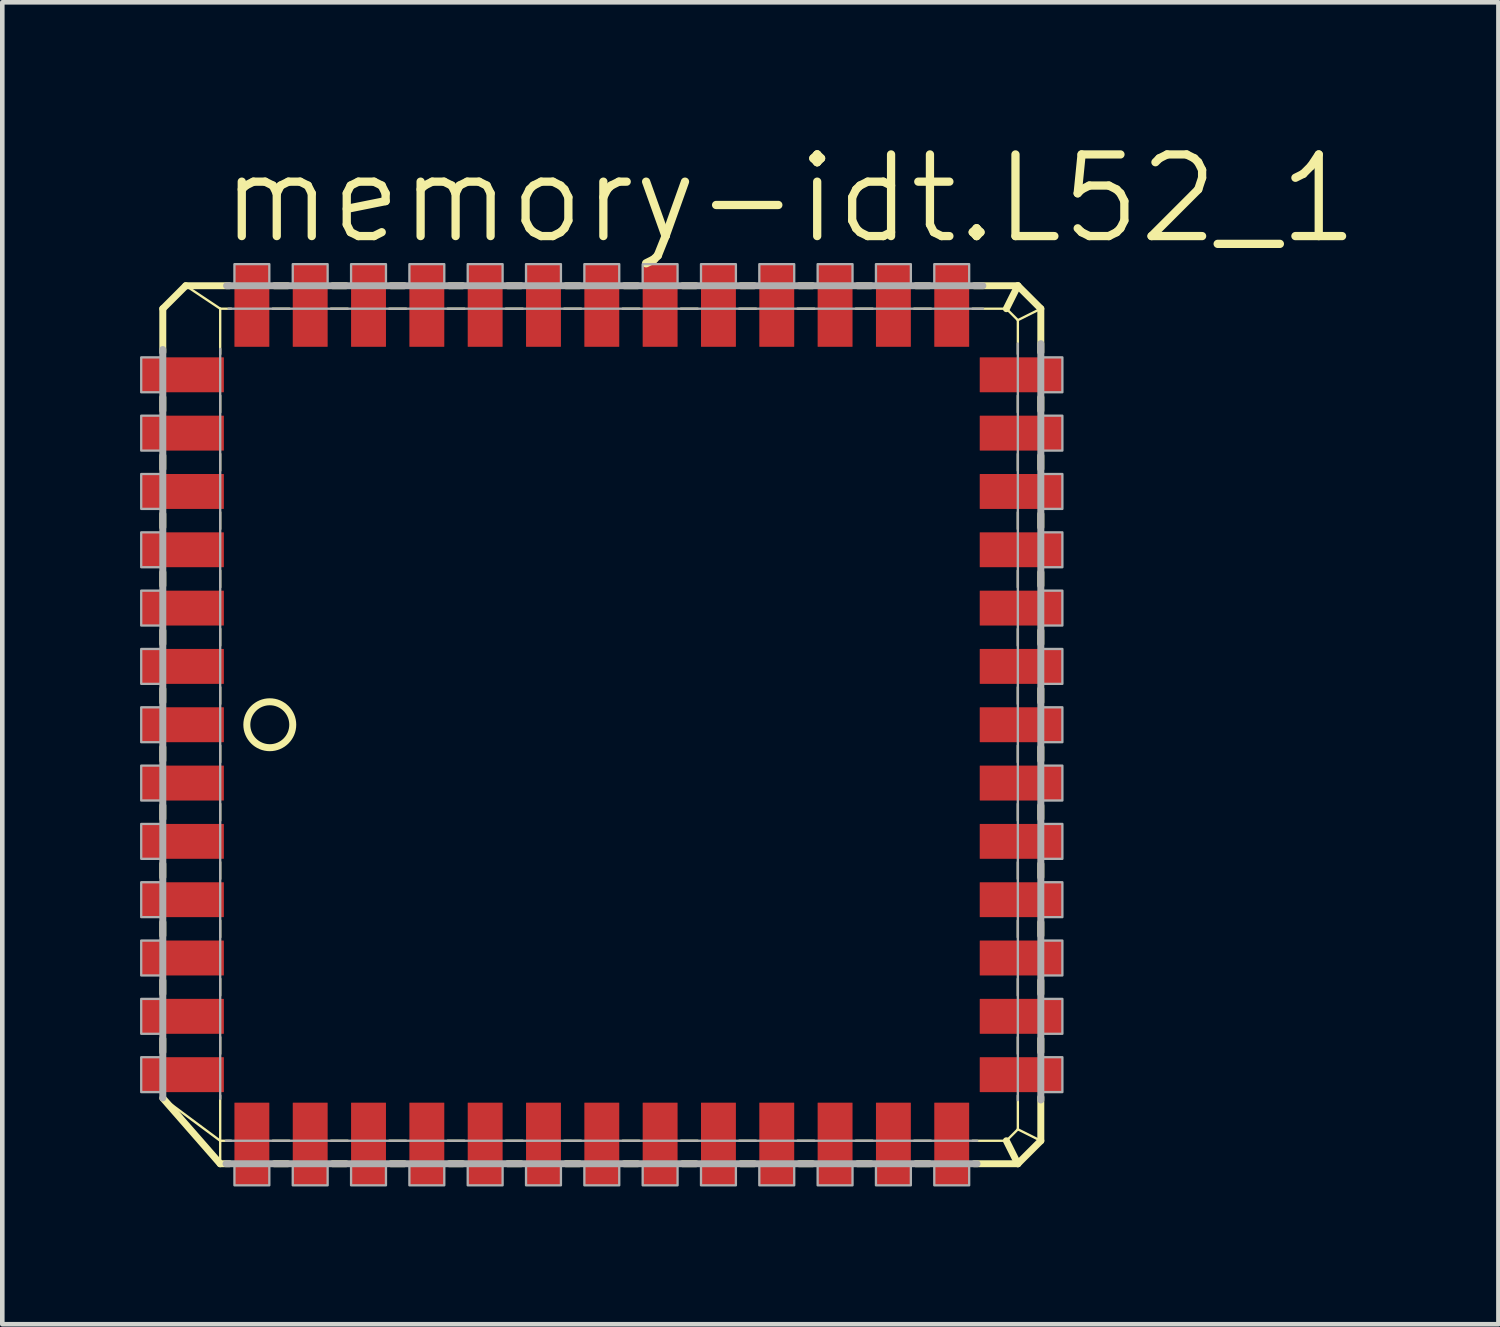
<source format=kicad_pcb>
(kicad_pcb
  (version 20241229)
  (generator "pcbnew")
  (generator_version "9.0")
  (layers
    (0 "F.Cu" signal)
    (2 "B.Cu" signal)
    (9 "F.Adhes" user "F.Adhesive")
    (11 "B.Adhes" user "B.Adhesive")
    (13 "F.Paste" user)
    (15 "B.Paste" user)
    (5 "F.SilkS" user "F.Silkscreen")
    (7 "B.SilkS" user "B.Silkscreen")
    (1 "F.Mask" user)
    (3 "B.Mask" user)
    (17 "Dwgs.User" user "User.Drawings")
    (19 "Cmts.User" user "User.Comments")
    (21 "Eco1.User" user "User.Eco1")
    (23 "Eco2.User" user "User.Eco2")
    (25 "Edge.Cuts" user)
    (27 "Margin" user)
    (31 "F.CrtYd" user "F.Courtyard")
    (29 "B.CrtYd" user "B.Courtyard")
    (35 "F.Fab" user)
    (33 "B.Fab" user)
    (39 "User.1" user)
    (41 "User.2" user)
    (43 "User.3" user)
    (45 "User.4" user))
  (footprint "memory-idt.L52_1"
    (layer "F.Cu")
    (at 10.055 12.732)
    (property "Reference" "memory-idt.L52_1" (at -8.382 -10.414 0) (layer "F.SilkS") (effects (font (size 1.778 1.778) (thickness 0.18)) (justify left bottom)))
    (attr smd)
    (fp_line (start -9.56 -9.06) (end -9.06 -9.56) (stroke (width 0.152) (type default)) (layer "F.SilkS"))
    (fp_line (start -9.56 -8.111) (end -9.56 -9.06) (stroke (width 0.152) (type default)) (layer "F.SilkS"))
    (fp_line (start -9.56 -6.841) (end -9.56 -7.129) (stroke (width 0.152) (type default)) (layer "F.SilkS"))
    (fp_line (start -9.56 -5.571) (end -9.56 -5.859) (stroke (width 0.152) (type default)) (layer "F.SilkS"))
    (fp_line (start -9.56 -4.301) (end -9.56 -4.589) (stroke (width 0.152) (type default)) (layer "F.SilkS"))
    (fp_line (start -9.56 -3.031) (end -9.56 -3.319) (stroke (width 0.152) (type default)) (layer "F.SilkS"))
    (fp_line (start -9.56 -1.761) (end -9.56 -2.049) (stroke (width 0.152) (type default)) (layer "F.SilkS"))
    (fp_line (start -9.56 -0.491) (end -9.56 -0.779) (stroke (width 0.152) (type default)) (layer "F.SilkS"))
    (fp_line (start -9.56 0.779) (end -9.56 0.491) (stroke (width 0.152) (type default)) (layer "F.SilkS"))
    (fp_line (start -9.56 2.049) (end -9.56 1.761) (stroke (width 0.152) (type default)) (layer "F.SilkS"))
    (fp_line (start -9.56 3.319) (end -9.56 3.031) (stroke (width 0.152) (type default)) (layer "F.SilkS"))
    (fp_line (start -9.56 4.589) (end -9.56 4.301) (stroke (width 0.152) (type default)) (layer "F.SilkS"))
    (fp_line (start -9.56 5.859) (end -9.56 5.571) (stroke (width 0.152) (type default)) (layer "F.SilkS"))
    (fp_line (start -9.56 7.129) (end -9.56 6.841) (stroke (width 0.152) (type default)) (layer "F.SilkS"))
    (fp_line (start -9.06 -9.56) (end -8.31 -9.06) (stroke (width 0.051) (type default)) (layer "F.SilkS"))
    (fp_line (start -9.06 -9.56) (end -8.111 -9.56) (stroke (width 0.152) (type default)) (layer "F.SilkS"))
    (fp_line (start -8.31 -9.06) (end -8.071 -9.06) (stroke (width 0.051) (type default)) (layer "F.SilkS"))
    (fp_line (start -8.31 -8.071) (end -8.31 -9.06) (stroke (width 0.051) (type default)) (layer "F.SilkS"))
    (fp_line (start -8.31 -6.801) (end -8.31 -7.169) (stroke (width 0.051) (type default)) (layer "F.SilkS"))
    (fp_line (start -8.31 -5.531) (end -8.31 -5.899) (stroke (width 0.051) (type default)) (layer "F.SilkS"))
    (fp_line (start -8.31 -4.261) (end -8.31 -4.629) (stroke (width 0.051) (type default)) (layer "F.SilkS"))
    (fp_line (start -8.31 -2.991) (end -8.31 -3.359) (stroke (width 0.051) (type default)) (layer "F.SilkS"))
    (fp_line (start -8.31 -1.721) (end -8.31 -2.089) (stroke (width 0.051) (type default)) (layer "F.SilkS"))
    (fp_line (start -8.31 -0.451) (end -8.31 -0.819) (stroke (width 0.051) (type default)) (layer "F.SilkS"))
    (fp_line (start -8.31 0.819) (end -8.31 0.451) (stroke (width 0.051) (type default)) (layer "F.SilkS"))
    (fp_line (start -8.31 2.089) (end -8.31 1.721) (stroke (width 0.051) (type default)) (layer "F.SilkS"))
    (fp_line (start -8.31 3.359) (end -8.31 2.991) (stroke (width 0.051) (type default)) (layer "F.SilkS"))
    (fp_line (start -8.31 4.629) (end -8.31 4.261) (stroke (width 0.051) (type default)) (layer "F.SilkS"))
    (fp_line (start -8.31 5.899) (end -8.31 5.531) (stroke (width 0.051) (type default)) (layer "F.SilkS"))
    (fp_line (start -8.31 7.169) (end -8.31 6.801) (stroke (width 0.051) (type default)) (layer "F.SilkS"))
    (fp_line (start -8.31 9.06) (end -9.545 8.142) (stroke (width 0.051) (type default)) (layer "F.SilkS"))
    (fp_line (start -8.31 9.06) (end -8.31 8.071) (stroke (width 0.051) (type default)) (layer "F.SilkS"))
    (fp_line (start -8.31 9.56) (end -9.56 8.131) (stroke (width 0.152) (type default)) (layer "F.SilkS"))
    (fp_line (start -8.31 9.56) (end -8.31 9.06) (stroke (width 0.051) (type default)) (layer "F.SilkS"))
    (fp_line (start -8.111 9.56) (end -8.31 9.56) (stroke (width 0.152) (type default)) (layer "F.SilkS"))
    (fp_line (start -8.071 9.06) (end -8.31 9.06) (stroke (width 0.051) (type default)) (layer "F.SilkS"))
    (fp_line (start -7.169 -9.06) (end -6.801 -9.06) (stroke (width 0.051) (type default)) (layer "F.SilkS"))
    (fp_line (start -7.129 -9.56) (end -6.841 -9.56) (stroke (width 0.152) (type default)) (layer "F.SilkS"))
    (fp_line (start -6.841 9.56) (end -7.129 9.56) (stroke (width 0.152) (type default)) (layer "F.SilkS"))
    (fp_line (start -6.801 9.06) (end -7.169 9.06) (stroke (width 0.051) (type default)) (layer "F.SilkS"))
    (fp_line (start -5.899 -9.06) (end -5.531 -9.06) (stroke (width 0.051) (type default)) (layer "F.SilkS"))
    (fp_line (start -5.859 -9.56) (end -5.571 -9.56) (stroke (width 0.152) (type default)) (layer "F.SilkS"))
    (fp_line (start -5.571 9.56) (end -5.859 9.56) (stroke (width 0.152) (type default)) (layer "F.SilkS"))
    (fp_line (start -5.531 9.06) (end -5.899 9.06) (stroke (width 0.051) (type default)) (layer "F.SilkS"))
    (fp_line (start -4.629 -9.06) (end -4.261 -9.06) (stroke (width 0.051) (type default)) (layer "F.SilkS"))
    (fp_line (start -4.589 -9.56) (end -4.301 -9.56) (stroke (width 0.152) (type default)) (layer "F.SilkS"))
    (fp_line (start -4.301 9.56) (end -4.589 9.56) (stroke (width 0.152) (type default)) (layer "F.SilkS"))
    (fp_line (start -4.261 9.06) (end -4.629 9.06) (stroke (width 0.051) (type default)) (layer "F.SilkS"))
    (fp_line (start -3.359 -9.06) (end -2.991 -9.06) (stroke (width 0.051) (type default)) (layer "F.SilkS"))
    (fp_line (start -3.319 -9.56) (end -3.031 -9.56) (stroke (width 0.152) (type default)) (layer "F.SilkS"))
    (fp_line (start -3.031 9.56) (end -3.319 9.56) (stroke (width 0.152) (type default)) (layer "F.SilkS"))
    (fp_line (start -2.991 9.06) (end -3.359 9.06) (stroke (width 0.051) (type default)) (layer "F.SilkS"))
    (fp_line (start -2.089 -9.06) (end -1.721 -9.06) (stroke (width 0.051) (type default)) (layer "F.SilkS"))
    (fp_line (start -2.049 -9.56) (end -1.761 -9.56) (stroke (width 0.152) (type default)) (layer "F.SilkS"))
    (fp_line (start -1.761 9.56) (end -2.049 9.56) (stroke (width 0.152) (type default)) (layer "F.SilkS"))
    (fp_line (start -1.721 9.06) (end -2.089 9.06) (stroke (width 0.051) (type default)) (layer "F.SilkS"))
    (fp_line (start -0.819 -9.06) (end -0.451 -9.06) (stroke (width 0.051) (type default)) (layer "F.SilkS"))
    (fp_line (start -0.779 -9.56) (end -0.491 -9.56) (stroke (width 0.152) (type default)) (layer "F.SilkS"))
    (fp_line (start -0.491 9.56) (end -0.779 9.56) (stroke (width 0.152) (type default)) (layer "F.SilkS"))
    (fp_line (start -0.451 9.06) (end -0.819 9.06) (stroke (width 0.051) (type default)) (layer "F.SilkS"))
    (fp_line (start 0.451 -9.06) (end 0.819 -9.06) (stroke (width 0.051) (type default)) (layer "F.SilkS"))
    (fp_line (start 0.491 -9.56) (end 0.779 -9.56) (stroke (width 0.152) (type default)) (layer "F.SilkS"))
    (fp_line (start 0.779 9.56) (end 0.491 9.56) (stroke (width 0.152) (type default)) (layer "F.SilkS"))
    (fp_line (start 0.819 9.06) (end 0.451 9.06) (stroke (width 0.051) (type default)) (layer "F.SilkS"))
    (fp_line (start 1.721 -9.06) (end 2.089 -9.06) (stroke (width 0.051) (type default)) (layer "F.SilkS"))
    (fp_line (start 1.761 -9.56) (end 2.049 -9.56) (stroke (width 0.152) (type default)) (layer "F.SilkS"))
    (fp_line (start 2.049 9.56) (end 1.761 9.56) (stroke (width 0.152) (type default)) (layer "F.SilkS"))
    (fp_line (start 2.089 9.06) (end 1.721 9.06) (stroke (width 0.051) (type default)) (layer "F.SilkS"))
    (fp_line (start 2.991 -9.06) (end 3.359 -9.06) (stroke (width 0.051) (type default)) (layer "F.SilkS"))
    (fp_line (start 3.031 -9.56) (end 3.319 -9.56) (stroke (width 0.152) (type default)) (layer "F.SilkS"))
    (fp_line (start 3.319 9.56) (end 3.031 9.56) (stroke (width 0.152) (type default)) (layer "F.SilkS"))
    (fp_line (start 3.359 9.06) (end 2.991 9.06) (stroke (width 0.051) (type default)) (layer "F.SilkS"))
    (fp_line (start 4.261 -9.06) (end 4.629 -9.06) (stroke (width 0.051) (type default)) (layer "F.SilkS"))
    (fp_line (start 4.301 -9.56) (end 4.589 -9.56) (stroke (width 0.152) (type default)) (layer "F.SilkS"))
    (fp_line (start 4.589 9.56) (end 4.301 9.56) (stroke (width 0.152) (type default)) (layer "F.SilkS"))
    (fp_line (start 4.629 9.06) (end 4.261 9.06) (stroke (width 0.051) (type default)) (layer "F.SilkS"))
    (fp_line (start 5.531 -9.06) (end 5.899 -9.06) (stroke (width 0.051) (type default)) (layer "F.SilkS"))
    (fp_line (start 5.571 -9.56) (end 5.859 -9.56) (stroke (width 0.152) (type default)) (layer "F.SilkS"))
    (fp_line (start 5.859 9.56) (end 5.571 9.56) (stroke (width 0.152) (type default)) (layer "F.SilkS"))
    (fp_line (start 5.899 9.06) (end 5.531 9.06) (stroke (width 0.051) (type default)) (layer "F.SilkS"))
    (fp_line (start 6.801 -9.06) (end 7.169 -9.06) (stroke (width 0.051) (type default)) (layer "F.SilkS"))
    (fp_line (start 6.841 -9.56) (end 7.129 -9.56) (stroke (width 0.152) (type default)) (layer "F.SilkS"))
    (fp_line (start 7.129 9.56) (end 6.841 9.56) (stroke (width 0.152) (type default)) (layer "F.SilkS"))
    (fp_line (start 7.169 9.06) (end 6.801 9.06) (stroke (width 0.051) (type default)) (layer "F.SilkS"))
    (fp_line (start 8.071 -9.06) (end 8.81 -9.06) (stroke (width 0.051) (type default)) (layer "F.SilkS"))
    (fp_line (start 8.111 -9.56) (end 9.06 -9.56) (stroke (width 0.152) (type default)) (layer "F.SilkS"))
    (fp_line (start 8.81 -9.06) (end 9.06 -9.56) (stroke (width 0.152) (type default)) (layer "F.SilkS"))
    (fp_line (start 8.81 -9.06) (end 9.06 -8.81) (stroke (width 0.051) (type default)) (layer "F.SilkS"))
    (fp_line (start 8.81 9.06) (end 8.071 9.06) (stroke (width 0.051) (type default)) (layer "F.SilkS"))
    (fp_line (start 9.06 -9.56) (end 9.56 -9.06) (stroke (width 0.152) (type default)) (layer "F.SilkS"))
    (fp_line (start 9.06 -8.81) (end 9.06 -8.071) (stroke (width 0.051) (type default)) (layer "F.SilkS"))
    (fp_line (start 9.06 -8.81) (end 9.56 -9.06) (stroke (width 0.051) (type default)) (layer "F.SilkS"))
    (fp_line (start 9.06 -7.169) (end 9.06 -6.801) (stroke (width 0.051) (type default)) (layer "F.SilkS"))
    (fp_line (start 9.06 -5.899) (end 9.06 -5.531) (stroke (width 0.051) (type default)) (layer "F.SilkS"))
    (fp_line (start 9.06 -4.629) (end 9.06 -4.261) (stroke (width 0.051) (type default)) (layer "F.SilkS"))
    (fp_line (start 9.06 -3.359) (end 9.06 -2.991) (stroke (width 0.051) (type default)) (layer "F.SilkS"))
    (fp_line (start 9.06 -2.089) (end 9.06 -1.721) (stroke (width 0.051) (type default)) (layer "F.SilkS"))
    (fp_line (start 9.06 -0.819) (end 9.06 -0.451) (stroke (width 0.051) (type default)) (layer "F.SilkS"))
    (fp_line (start 9.06 0.451) (end 9.06 0.819) (stroke (width 0.051) (type default)) (layer "F.SilkS"))
    (fp_line (start 9.06 1.721) (end 9.06 2.089) (stroke (width 0.051) (type default)) (layer "F.SilkS"))
    (fp_line (start 9.06 2.991) (end 9.06 3.359) (stroke (width 0.051) (type default)) (layer "F.SilkS"))
    (fp_line (start 9.06 4.261) (end 9.06 4.629) (stroke (width 0.051) (type default)) (layer "F.SilkS"))
    (fp_line (start 9.06 5.531) (end 9.06 5.899) (stroke (width 0.051) (type default)) (layer "F.SilkS"))
    (fp_line (start 9.06 6.801) (end 9.06 7.169) (stroke (width 0.051) (type default)) (layer "F.SilkS"))
    (fp_line (start 9.06 8.071) (end 9.06 8.81) (stroke (width 0.051) (type default)) (layer "F.SilkS"))
    (fp_line (start 9.06 8.81) (end 8.81 9.06) (stroke (width 0.051) (type default)) (layer "F.SilkS"))
    (fp_line (start 9.06 9.56) (end 8.111 9.56) (stroke (width 0.152) (type default)) (layer "F.SilkS"))
    (fp_line (start 9.06 9.56) (end 8.81 9.06) (stroke (width 0.152) (type default)) (layer "F.SilkS"))
    (fp_line (start 9.56 -9.06) (end 9.56 -8.111) (stroke (width 0.152) (type default)) (layer "F.SilkS"))
    (fp_line (start 9.56 -7.129) (end 9.56 -6.841) (stroke (width 0.152) (type default)) (layer "F.SilkS"))
    (fp_line (start 9.56 -5.859) (end 9.56 -5.571) (stroke (width 0.152) (type default)) (layer "F.SilkS"))
    (fp_line (start 9.56 -4.589) (end 9.56 -4.301) (stroke (width 0.152) (type default)) (layer "F.SilkS"))
    (fp_line (start 9.56 -3.319) (end 9.56 -3.031) (stroke (width 0.152) (type default)) (layer "F.SilkS"))
    (fp_line (start 9.56 -2.049) (end 9.56 -1.761) (stroke (width 0.152) (type default)) (layer "F.SilkS"))
    (fp_line (start 9.56 -0.779) (end 9.56 -0.491) (stroke (width 0.152) (type default)) (layer "F.SilkS"))
    (fp_line (start 9.56 0.491) (end 9.56 0.779) (stroke (width 0.152) (type default)) (layer "F.SilkS"))
    (fp_line (start 9.56 1.761) (end 9.56 2.049) (stroke (width 0.152) (type default)) (layer "F.SilkS"))
    (fp_line (start 9.56 3.031) (end 9.56 3.319) (stroke (width 0.152) (type default)) (layer "F.SilkS"))
    (fp_line (start 9.56 4.301) (end 9.56 4.589) (stroke (width 0.152) (type default)) (layer "F.SilkS"))
    (fp_line (start 9.56 5.571) (end 9.56 5.859) (stroke (width 0.152) (type default)) (layer "F.SilkS"))
    (fp_line (start 9.56 6.841) (end 9.56 7.129) (stroke (width 0.152) (type default)) (layer "F.SilkS"))
    (fp_line (start 9.56 8.111) (end 9.56 9.06) (stroke (width 0.152) (type default)) (layer "F.SilkS"))
    (fp_line (start 9.56 9.06) (end 9.06 8.81) (stroke (width 0.051) (type default)) (layer "F.SilkS"))
    (fp_line (start 9.56 9.06) (end 9.06 9.56) (stroke (width 0.152) (type default)) (layer "F.SilkS"))
    (fp_circle (center -7.23 0) (end -6.73 0) (stroke (width 0.152) (type default)) (fill no) (layer "F.SilkS"))
    (fp_line (start -9.56 8.127) (end -9.56 -8.171) (stroke (width 0.152) (type default)) (layer "F.Fab"))
    (fp_line (start -8.31 8.145) (end -8.31 -8.185) (stroke (width 0.051) (type default)) (layer "F.Fab"))
    (fp_line (start -8.171 -9.56) (end 8.298 -9.56) (stroke (width 0.152) (type default)) (layer "F.Fab"))
    (fp_line (start -8.129 -9.06) (end 8.302 -9.06) (stroke (width 0.051) (type default)) (layer "F.Fab"))
    (fp_line (start 8.171 9.56) (end -8.183 9.56) (stroke (width 0.152) (type default)) (layer "F.Fab"))
    (fp_line (start 8.175 9.06) (end -8.186 9.06) (stroke (width 0.051) (type default)) (layer "F.Fab"))
    (fp_line (start 9.06 -8.302) (end 9.06 8.175) (stroke (width 0.051) (type default)) (layer "F.Fab"))
    (fp_line (start 9.56 -8.298) (end 9.56 8.171) (stroke (width 0.152) (type default)) (layer "F.Fab"))
    (fp_rect (start -10.03 -7.24) (end -9.56 -8) (stroke (width 0.05) (type default)) (fill no) (layer "F.Fab"))
    (fp_rect (start -10.03 -5.97) (end -9.56 -6.73) (stroke (width 0.05) (type default)) (fill no) (layer "F.Fab"))
    (fp_rect (start -10.03 -4.7) (end -9.56 -5.46) (stroke (width 0.05) (type default)) (fill no) (layer "F.Fab"))
    (fp_rect (start -10.03 -3.43) (end -9.56 -4.19) (stroke (width 0.05) (type default)) (fill no) (layer "F.Fab"))
    (fp_rect (start -10.03 -2.16) (end -9.56 -2.92) (stroke (width 0.05) (type default)) (fill no) (layer "F.Fab"))
    (fp_rect (start -10.03 -0.89) (end -9.56 -1.65) (stroke (width 0.05) (type default)) (fill no) (layer "F.Fab"))
    (fp_rect (start -10.03 0.38) (end -9.56 -0.38) (stroke (width 0.05) (type default)) (fill no) (layer "F.Fab"))
    (fp_rect (start -10.03 1.65) (end -9.56 0.89) (stroke (width 0.05) (type default)) (fill no) (layer "F.Fab"))
    (fp_rect (start -10.03 2.92) (end -9.56 2.16) (stroke (width 0.05) (type default)) (fill no) (layer "F.Fab"))
    (fp_rect (start -10.03 4.19) (end -9.56 3.43) (stroke (width 0.05) (type default)) (fill no) (layer "F.Fab"))
    (fp_rect (start -10.03 5.46) (end -9.56 4.7) (stroke (width 0.05) (type default)) (fill no) (layer "F.Fab"))
    (fp_rect (start -10.03 6.73) (end -9.56 5.97) (stroke (width 0.05) (type default)) (fill no) (layer "F.Fab"))
    (fp_rect (start -10.03 8) (end -9.56 7.24) (stroke (width 0.05) (type default)) (fill no) (layer "F.Fab"))
    (fp_rect (start -8 -9.56) (end -7.24 -10.03) (stroke (width 0.05) (type default)) (fill no) (layer "F.Fab"))
    (fp_rect (start -8 10.03) (end -7.24 9.56) (stroke (width 0.05) (type default)) (fill no) (layer "F.Fab"))
    (fp_rect (start -6.73 -9.56) (end -5.97 -10.03) (stroke (width 0.05) (type default)) (fill no) (layer "F.Fab"))
    (fp_rect (start -6.73 10.03) (end -5.97 9.56) (stroke (width 0.05) (type default)) (fill no) (layer "F.Fab"))
    (fp_rect (start -5.46 -9.56) (end -4.7 -10.03) (stroke (width 0.05) (type default)) (fill no) (layer "F.Fab"))
    (fp_rect (start -5.46 10.03) (end -4.7 9.56) (stroke (width 0.05) (type default)) (fill no) (layer "F.Fab"))
    (fp_rect (start -4.19 -9.56) (end -3.43 -10.03) (stroke (width 0.05) (type default)) (fill no) (layer "F.Fab"))
    (fp_rect (start -4.19 10.03) (end -3.43 9.56) (stroke (width 0.05) (type default)) (fill no) (layer "F.Fab"))
    (fp_rect (start -2.92 -9.56) (end -2.16 -10.03) (stroke (width 0.05) (type default)) (fill no) (layer "F.Fab"))
    (fp_rect (start -2.92 10.03) (end -2.16 9.56) (stroke (width 0.05) (type default)) (fill no) (layer "F.Fab"))
    (fp_rect (start -1.65 -9.56) (end -0.89 -10.03) (stroke (width 0.05) (type default)) (fill no) (layer "F.Fab"))
    (fp_rect (start -1.65 10.03) (end -0.89 9.56) (stroke (width 0.05) (type default)) (fill no) (layer "F.Fab"))
    (fp_rect (start -0.38 -9.56) (end 0.38 -10.03) (stroke (width 0.05) (type default)) (fill no) (layer "F.Fab"))
    (fp_rect (start -0.38 10.03) (end 0.38 9.56) (stroke (width 0.05) (type default)) (fill no) (layer "F.Fab"))
    (fp_rect (start 0.89 -9.56) (end 1.65 -10.03) (stroke (width 0.05) (type default)) (fill no) (layer "F.Fab"))
    (fp_rect (start 0.89 10.03) (end 1.65 9.56) (stroke (width 0.05) (type default)) (fill no) (layer "F.Fab"))
    (fp_rect (start 2.16 -9.56) (end 2.92 -10.03) (stroke (width 0.05) (type default)) (fill no) (layer "F.Fab"))
    (fp_rect (start 2.16 10.03) (end 2.92 9.56) (stroke (width 0.05) (type default)) (fill no) (layer "F.Fab"))
    (fp_rect (start 3.43 -9.56) (end 4.19 -10.03) (stroke (width 0.05) (type default)) (fill no) (layer "F.Fab"))
    (fp_rect (start 3.43 10.03) (end 4.19 9.56) (stroke (width 0.05) (type default)) (fill no) (layer "F.Fab"))
    (fp_rect (start 4.7 -9.56) (end 5.46 -10.03) (stroke (width 0.05) (type default)) (fill no) (layer "F.Fab"))
    (fp_rect (start 4.7 10.03) (end 5.46 9.56) (stroke (width 0.05) (type default)) (fill no) (layer "F.Fab"))
    (fp_rect (start 5.97 -9.56) (end 6.73 -10.03) (stroke (width 0.05) (type default)) (fill no) (layer "F.Fab"))
    (fp_rect (start 5.97 10.03) (end 6.73 9.56) (stroke (width 0.05) (type default)) (fill no) (layer "F.Fab"))
    (fp_rect (start 7.24 -9.56) (end 8 -10.03) (stroke (width 0.05) (type default)) (fill no) (layer "F.Fab"))
    (fp_rect (start 7.24 10.03) (end 8 9.56) (stroke (width 0.05) (type default)) (fill no) (layer "F.Fab"))
    (fp_rect (start 9.56 -7.24) (end 10.03 -8) (stroke (width 0.05) (type default)) (fill no) (layer "F.Fab"))
    (fp_rect (start 9.56 -5.97) (end 10.03 -6.73) (stroke (width 0.05) (type default)) (fill no) (layer "F.Fab"))
    (fp_rect (start 9.56 -4.7) (end 10.03 -5.46) (stroke (width 0.05) (type default)) (fill no) (layer "F.Fab"))
    (fp_rect (start 9.56 -3.43) (end 10.03 -4.19) (stroke (width 0.05) (type default)) (fill no) (layer "F.Fab"))
    (fp_rect (start 9.56 -2.16) (end 10.03 -2.92) (stroke (width 0.05) (type default)) (fill no) (layer "F.Fab"))
    (fp_rect (start 9.56 -0.89) (end 10.03 -1.65) (stroke (width 0.05) (type default)) (fill no) (layer "F.Fab"))
    (fp_rect (start 9.56 0.38) (end 10.03 -0.38) (stroke (width 0.05) (type default)) (fill no) (layer "F.Fab"))
    (fp_rect (start 9.56 1.65) (end 10.03 0.89) (stroke (width 0.05) (type default)) (fill no) (layer "F.Fab"))
    (fp_rect (start 9.56 2.92) (end 10.03 2.16) (stroke (width 0.05) (type default)) (fill no) (layer "F.Fab"))
    (fp_rect (start 9.56 4.19) (end 10.03 3.43) (stroke (width 0.05) (type default)) (fill no) (layer "F.Fab"))
    (fp_rect (start 9.56 5.46) (end 10.03 4.7) (stroke (width 0.05) (type default)) (fill no) (layer "F.Fab"))
    (fp_rect (start 9.56 6.73) (end 10.03 5.97) (stroke (width 0.05) (type default)) (fill no) (layer "F.Fab"))
    (fp_rect (start 9.56 8) (end 10.03 7.24) (stroke (width 0.05) (type default)) (fill no) (layer "F.Fab"))
    (pad "1" smd roundrect (at -9.13 0) (size 1.8 0.76) (layers "F.Cu" "F.Mask" "F.Paste") (roundrect_rratio 0.01))
    (pad "2" smd roundrect (at -9.13 1.27) (size 1.8 0.76) (layers "F.Cu" "F.Mask" "F.Paste") (roundrect_rratio 0.01))
    (pad "3" smd roundrect (at -9.13 2.54) (size 1.8 0.76) (layers "F.Cu" "F.Mask" "F.Paste") (roundrect_rratio 0.01))
    (pad "4" smd roundrect (at -9.13 3.81) (size 1.8 0.76) (layers "F.Cu" "F.Mask" "F.Paste") (roundrect_rratio 0.01))
    (pad "5" smd roundrect (at -9.13 5.08) (size 1.8 0.76) (layers "F.Cu" "F.Mask" "F.Paste") (roundrect_rratio 0.01))
    (pad "6" smd roundrect (at -9.13 6.35) (size 1.8 0.76) (layers "F.Cu" "F.Mask" "F.Paste") (roundrect_rratio 0.01))
    (pad "7" smd roundrect (at -9.13 7.62) (size 1.8 0.76) (layers "F.Cu" "F.Mask" "F.Paste") (roundrect_rratio 0.01))
    (pad "8" smd roundrect (at -7.62 9.13) (size 0.76 1.8) (layers "F.Cu" "F.Mask" "F.Paste") (roundrect_rratio 0.01))
    (pad "9" smd roundrect (at -6.35 9.13) (size 0.76 1.8) (layers "F.Cu" "F.Mask" "F.Paste") (roundrect_rratio 0.01))
    (pad "10" smd roundrect (at -5.08 9.13) (size 0.76 1.8) (layers "F.Cu" "F.Mask" "F.Paste") (roundrect_rratio 0.01))
    (pad "11" smd roundrect (at -3.81 9.13) (size 0.76 1.8) (layers "F.Cu" "F.Mask" "F.Paste") (roundrect_rratio 0.01))
    (pad "12" smd roundrect (at -2.54 9.13) (size 0.76 1.8) (layers "F.Cu" "F.Mask" "F.Paste") (roundrect_rratio 0.01))
    (pad "13" smd roundrect (at -1.27 9.13) (size 0.76 1.8) (layers "F.Cu" "F.Mask" "F.Paste") (roundrect_rratio 0.01))
    (pad "14" smd roundrect (at 0 9.13) (size 0.76 1.8) (layers "F.Cu" "F.Mask" "F.Paste") (roundrect_rratio 0.01))
    (pad "15" smd roundrect (at 1.27 9.13) (size 0.76 1.8) (layers "F.Cu" "F.Mask" "F.Paste") (roundrect_rratio 0.01))
    (pad "16" smd roundrect (at 2.54 9.13) (size 0.76 1.8) (layers "F.Cu" "F.Mask" "F.Paste") (roundrect_rratio 0.01))
    (pad "17" smd roundrect (at 3.81 9.13) (size 0.76 1.8) (layers "F.Cu" "F.Mask" "F.Paste") (roundrect_rratio 0.01))
    (pad "18" smd roundrect (at 5.08 9.13) (size 0.76 1.8) (layers "F.Cu" "F.Mask" "F.Paste") (roundrect_rratio 0.01))
    (pad "19" smd roundrect (at 6.35 9.13) (size 0.76 1.8) (layers "F.Cu" "F.Mask" "F.Paste") (roundrect_rratio 0.01))
    (pad "20" smd roundrect (at 7.62 9.13) (size 0.76 1.8) (layers "F.Cu" "F.Mask" "F.Paste") (roundrect_rratio 0.01))
    (pad "21" smd roundrect (at 9.13 7.62) (size 1.8 0.76) (layers "F.Cu" "F.Mask" "F.Paste") (roundrect_rratio 0.01))
    (pad "22" smd roundrect (at 9.13 6.35) (size 1.8 0.76) (layers "F.Cu" "F.Mask" "F.Paste") (roundrect_rratio 0.01))
    (pad "23" smd roundrect (at 9.13 5.08) (size 1.8 0.76) (layers "F.Cu" "F.Mask" "F.Paste") (roundrect_rratio 0.01))
    (pad "24" smd roundrect (at 9.13 3.81) (size 1.8 0.76) (layers "F.Cu" "F.Mask" "F.Paste") (roundrect_rratio 0.01))
    (pad "25" smd roundrect (at 9.13 2.54) (size 1.8 0.76) (layers "F.Cu" "F.Mask" "F.Paste") (roundrect_rratio 0.01))
    (pad "26" smd roundrect (at 9.13 1.27) (size 1.8 0.76) (layers "F.Cu" "F.Mask" "F.Paste") (roundrect_rratio 0.01))
    (pad "27" smd roundrect (at 9.13 0) (size 1.8 0.76) (layers "F.Cu" "F.Mask" "F.Paste") (roundrect_rratio 0.01))
    (pad "28" smd roundrect (at 9.13 -1.27) (size 1.8 0.76) (layers "F.Cu" "F.Mask" "F.Paste") (roundrect_rratio 0.01))
    (pad "29" smd roundrect (at 9.13 -2.54) (size 1.8 0.76) (layers "F.Cu" "F.Mask" "F.Paste") (roundrect_rratio 0.01))
    (pad "30" smd roundrect (at 9.13 -3.81) (size 1.8 0.76) (layers "F.Cu" "F.Mask" "F.Paste") (roundrect_rratio 0.01))
    (pad "31" smd roundrect (at 9.13 -5.08) (size 1.8 0.76) (layers "F.Cu" "F.Mask" "F.Paste") (roundrect_rratio 0.01))
    (pad "32" smd roundrect (at 9.13 -6.35) (size 1.8 0.76) (layers "F.Cu" "F.Mask" "F.Paste") (roundrect_rratio 0.01))
    (pad "33" smd roundrect (at 9.13 -7.62) (size 1.8 0.76) (layers "F.Cu" "F.Mask" "F.Paste") (roundrect_rratio 0.01))
    (pad "34" smd roundrect (at 7.62 -9.13) (size 0.76 1.8) (layers "F.Cu" "F.Mask" "F.Paste") (roundrect_rratio 0.01))
    (pad "35" smd roundrect (at 6.35 -9.13) (size 0.76 1.8) (layers "F.Cu" "F.Mask" "F.Paste") (roundrect_rratio 0.01))
    (pad "36" smd roundrect (at 5.08 -9.13) (size 0.76 1.8) (layers "F.Cu" "F.Mask" "F.Paste") (roundrect_rratio 0.01))
    (pad "37" smd roundrect (at 3.81 -9.13) (size 0.76 1.8) (layers "F.Cu" "F.Mask" "F.Paste") (roundrect_rratio 0.01))
    (pad "38" smd roundrect (at 2.54 -9.13) (size 0.76 1.8) (layers "F.Cu" "F.Mask" "F.Paste") (roundrect_rratio 0.01))
    (pad "39" smd roundrect (at 1.27 -9.13) (size 0.76 1.8) (layers "F.Cu" "F.Mask" "F.Paste") (roundrect_rratio 0.01))
    (pad "40" smd roundrect (at 0 -9.13) (size 0.76 1.8) (layers "F.Cu" "F.Mask" "F.Paste") (roundrect_rratio 0.01))
    (pad "41" smd roundrect (at -1.27 -9.13) (size 0.76 1.8) (layers "F.Cu" "F.Mask" "F.Paste") (roundrect_rratio 0.01))
    (pad "42" smd roundrect (at -2.54 -9.13) (size 0.76 1.8) (layers "F.Cu" "F.Mask" "F.Paste") (roundrect_rratio 0.01))
    (pad "43" smd roundrect (at -3.81 -9.13) (size 0.76 1.8) (layers "F.Cu" "F.Mask" "F.Paste") (roundrect_rratio 0.01))
    (pad "44" smd roundrect (at -5.08 -9.13) (size 0.76 1.8) (layers "F.Cu" "F.Mask" "F.Paste") (roundrect_rratio 0.01))
    (pad "45" smd roundrect (at -6.35 -9.13) (size 0.76 1.8) (layers "F.Cu" "F.Mask" "F.Paste") (roundrect_rratio 0.01))
    (pad "46" smd roundrect (at -7.62 -9.13) (size 0.76 1.8) (layers "F.Cu" "F.Mask" "F.Paste") (roundrect_rratio 0.01))
    (pad "47" smd roundrect (at -9.13 -7.62) (size 1.8 0.76) (layers "F.Cu" "F.Mask" "F.Paste") (roundrect_rratio 0.01))
    (pad "48" smd roundrect (at -9.13 -6.35) (size 1.8 0.76) (layers "F.Cu" "F.Mask" "F.Paste") (roundrect_rratio 0.01))
    (pad "49" smd roundrect (at -9.13 -5.08) (size 1.8 0.76) (layers "F.Cu" "F.Mask" "F.Paste") (roundrect_rratio 0.01))
    (pad "50" smd roundrect (at -9.13 -3.81) (size 1.8 0.76) (layers "F.Cu" "F.Mask" "F.Paste") (roundrect_rratio 0.01))
    (pad "51" smd roundrect (at -9.13 -2.54) (size 1.8 0.76) (layers "F.Cu" "F.Mask" "F.Paste") (roundrect_rratio 0.01))
    (pad "52" smd roundrect (at -9.13 -1.27) (size 1.8 0.76) (layers "F.Cu" "F.Mask" "F.Paste") (roundrect_rratio 0.01)))
  (gr_rect
    (start -3 -3)
    (end 29.58 25.787)
    (stroke (width 0.1) (type default))
    (fill no)
    (layer "Edge.Cuts")))
</source>
